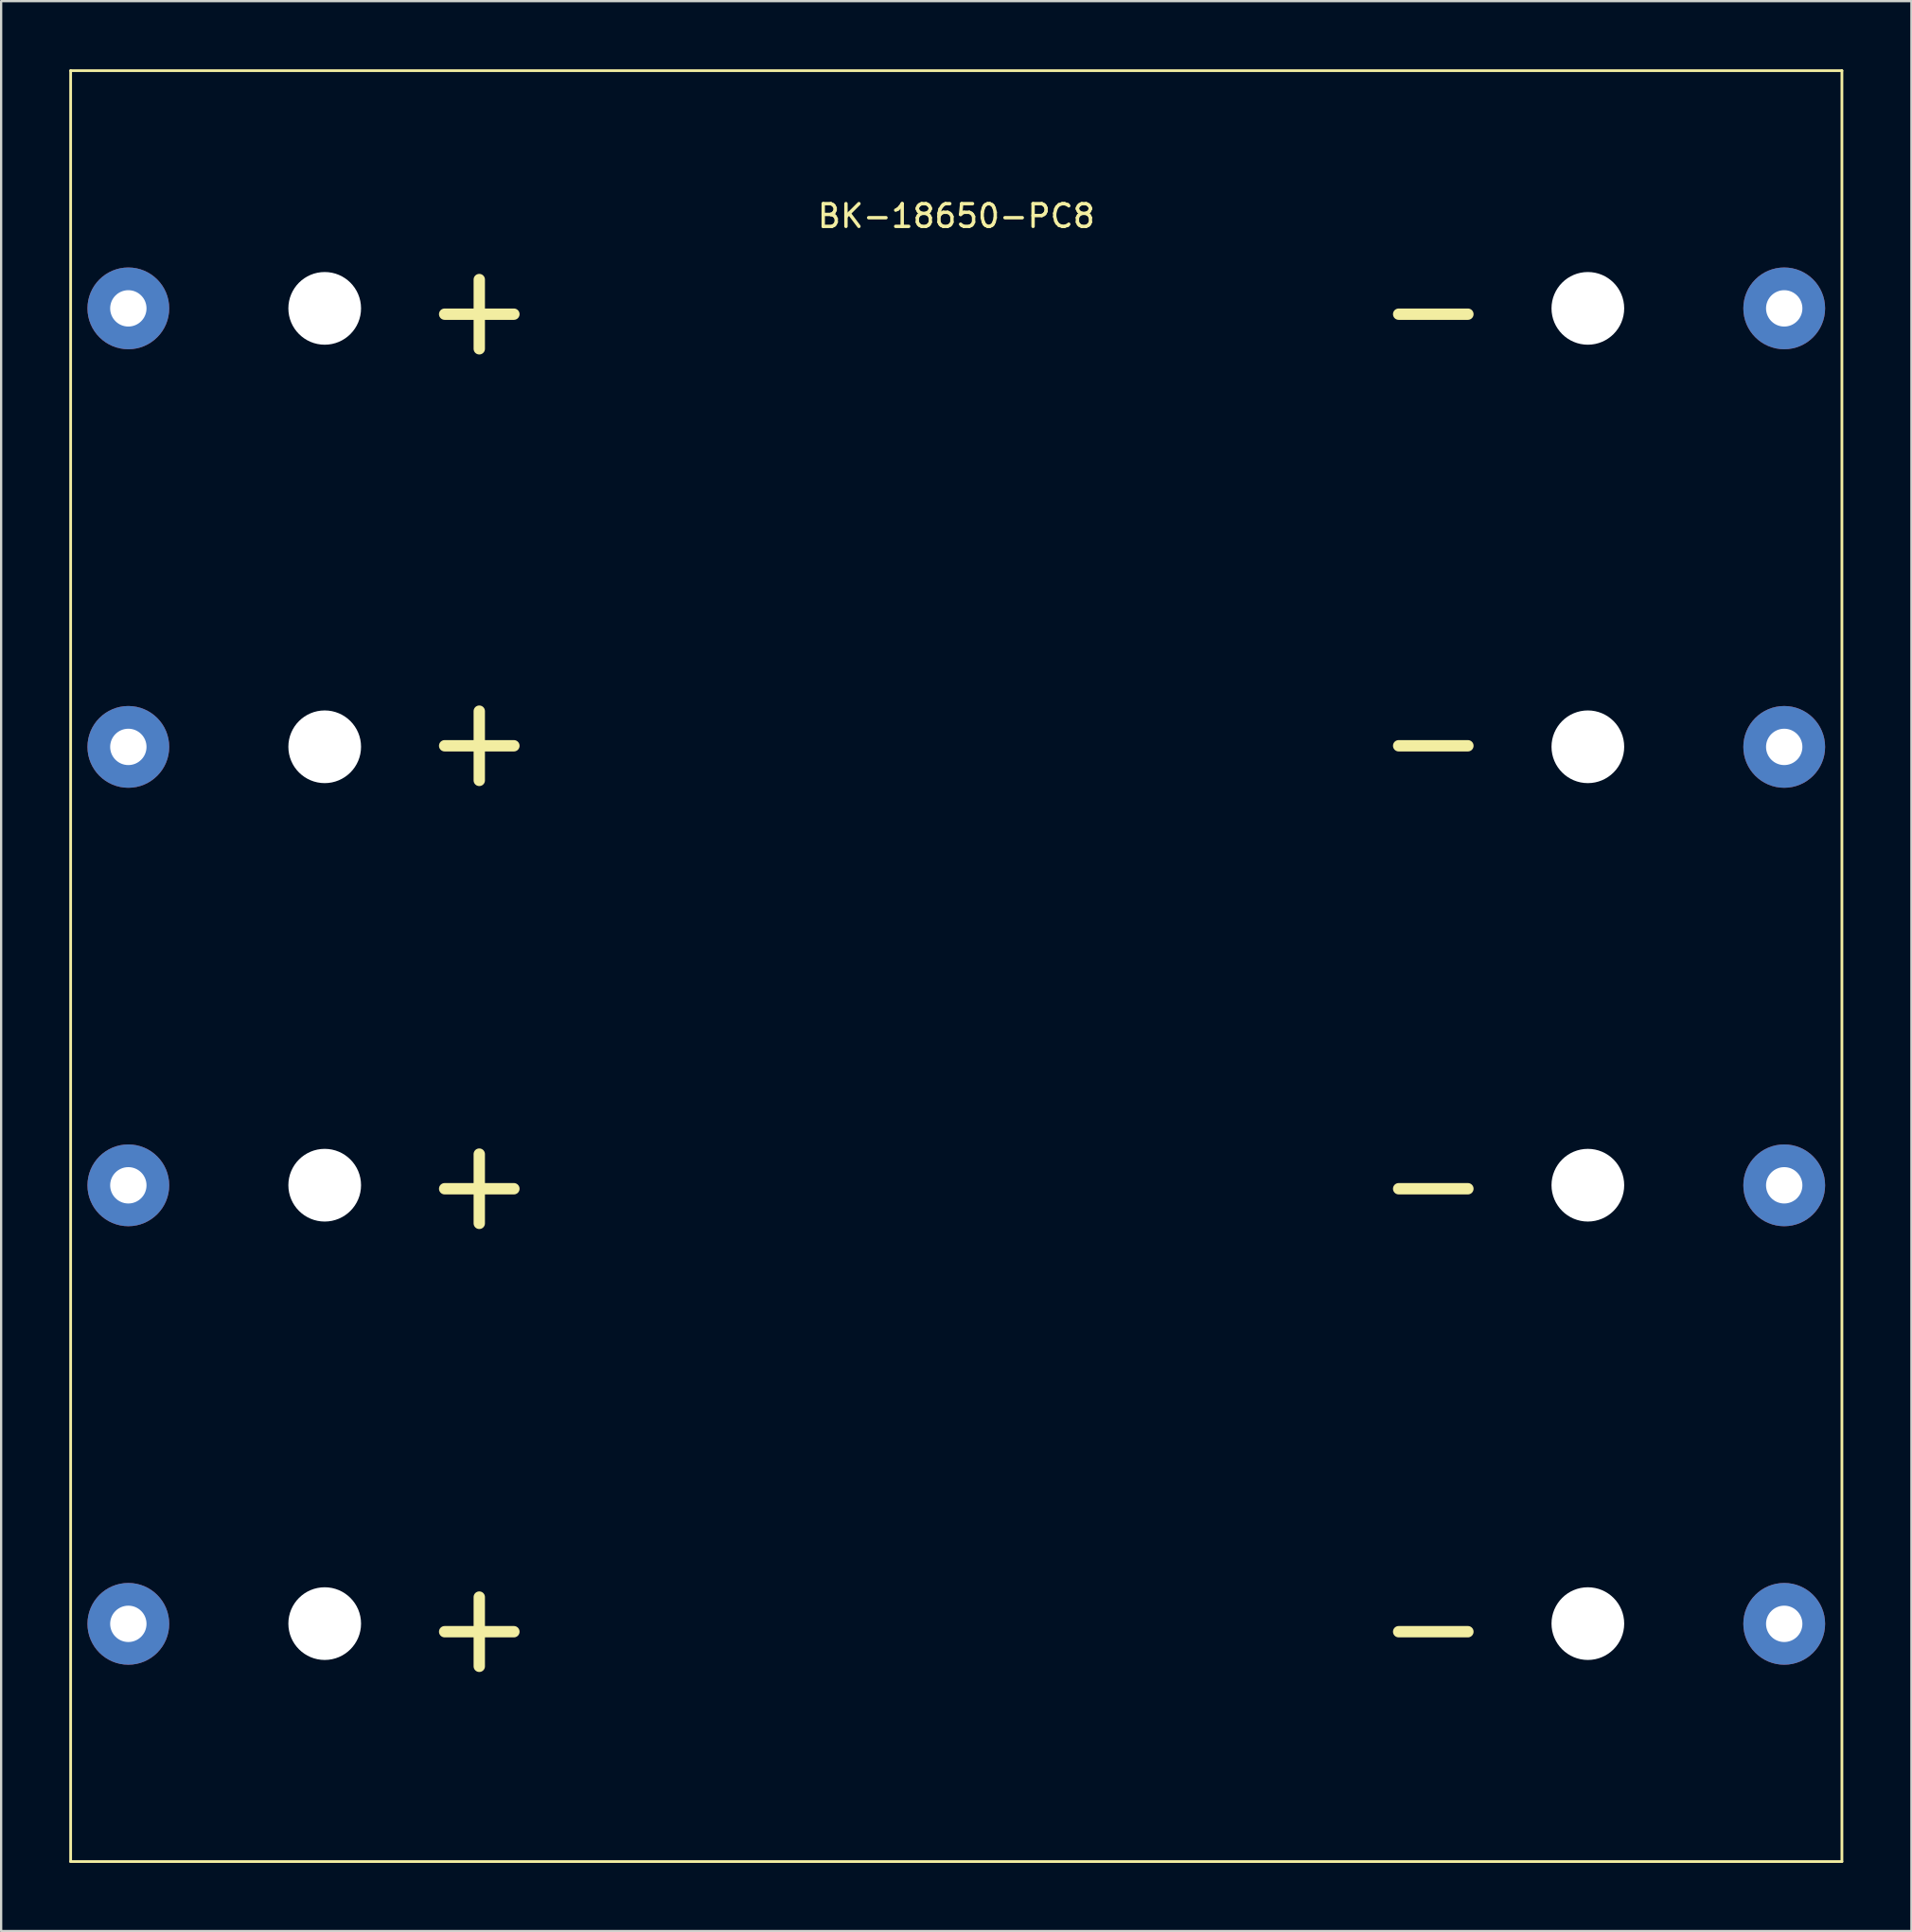
<source format=kicad_pcb>
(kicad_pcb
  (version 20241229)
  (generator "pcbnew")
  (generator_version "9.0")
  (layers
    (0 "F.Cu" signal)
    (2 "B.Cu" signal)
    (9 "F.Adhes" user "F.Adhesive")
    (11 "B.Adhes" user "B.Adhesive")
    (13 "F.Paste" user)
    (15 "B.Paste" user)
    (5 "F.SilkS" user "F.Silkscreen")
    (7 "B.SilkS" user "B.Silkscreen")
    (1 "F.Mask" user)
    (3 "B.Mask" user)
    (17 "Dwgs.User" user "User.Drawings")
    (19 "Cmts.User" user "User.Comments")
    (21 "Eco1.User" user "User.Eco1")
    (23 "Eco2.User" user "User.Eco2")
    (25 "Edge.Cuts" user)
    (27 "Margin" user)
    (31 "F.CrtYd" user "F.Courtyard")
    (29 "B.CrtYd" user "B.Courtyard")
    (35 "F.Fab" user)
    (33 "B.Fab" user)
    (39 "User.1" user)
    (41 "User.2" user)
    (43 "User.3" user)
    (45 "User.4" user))
  (footprint "BK-18650-PC8"
    (layer "F.Cu")
    (at 39.05 39.48)
    (property "Reference" "BK-18650-PC8" (at 0 -33.02 0) (layer "F.SilkS") (effects (font (size 1 1) (thickness 0.15))))
    (attr through_hole)
    (fp_line (start -38.99 -39.42) (end 38.99 -39.42) (stroke (width 0.12) (type solid)) (layer "F.SilkS"))
    (fp_line (start -38.99 39.42) (end -38.99 -39.42) (stroke (width 0.12) (type solid)) (layer "F.SilkS"))
    (fp_line (start 38.99 -39.42) (end 38.99 39.42) (stroke (width 0.12) (type solid)) (layer "F.SilkS"))
    (fp_line (start 38.99 39.42) (end -38.99 39.42) (stroke (width 0.12) (type solid)) (layer "F.SilkS"))
    (fp_text user "+" (at -21 29 0) (layer "F.SilkS") (effects (font (size 4 4) (thickness 0.5))))
    (fp_text user "-" (at 21 -10 0) (layer "F.SilkS") (effects (font (size 4 4) (thickness 0.5))))
    (fp_text user "-" (at 21 29 0) (layer "F.SilkS") (effects (font (size 4 4) (thickness 0.5))))
    (fp_text user "-" (at 21 -29 0) (layer "F.SilkS") (effects (font (size 4 4) (thickness 0.5))))
    (fp_text user "-" (at 21 9.5 0) (layer "F.SilkS") (effects (font (size 4 4) (thickness 0.5))))
    (fp_text user "+" (at -21 -10 0) (layer "F.SilkS") (effects (font (size 4 4) (thickness 0.5))))
    (fp_text user "+" (at -21 9.5 0) (layer "F.SilkS") (effects (font (size 4 4) (thickness 0.5))))
    (fp_text user "+" (at -21 -29 0) (layer "F.SilkS") (effects (font (size 4 4) (thickness 0.5))))
    (pad "" np_thru_hole circle (at -27.805 -28.955) (size 3.2 3.2) (drill 3.2) (layers "*.Cu" "*.Mask"))
    (pad "" np_thru_hole circle (at -27.805 -9.655) (size 3.2 3.2) (drill 3.2) (layers "*.Cu" "*.Mask"))
    (pad "" np_thru_hole circle (at -27.805 9.645) (size 3.2 3.2) (drill 3.2) (layers "*.Cu" "*.Mask"))
    (pad "" np_thru_hole circle (at -27.805 28.945) (size 3.2 3.2) (drill 3.2) (layers "*.Cu" "*.Mask"))
    (pad "" np_thru_hole circle (at 27.805 -28.955) (size 3.2 3.2) (drill 3.2) (layers "*.Cu" "*.Mask"))
    (pad "" np_thru_hole circle (at 27.805 -9.655) (size 3.2 3.2) (drill 3.2) (layers "*.Cu" "*.Mask"))
    (pad "" np_thru_hole circle (at 27.805 9.645) (size 3.2 3.2) (drill 3.2) (layers "*.Cu" "*.Mask"))
    (pad "" np_thru_hole circle (at 27.805 28.945) (size 3.2 3.2) (drill 3.2) (layers "*.Cu" "*.Mask"))
    (pad "1" thru_hole circle (at -36.45 -28.955) (size 3.6 3.6) (drill 1.6) (layers "*.Cu" "*.Mask"))
    (pad "2" thru_hole circle (at 36.45 -28.955) (size 3.6 3.6) (drill 1.6) (layers "*.Cu" "*.Mask"))
    (pad "3" thru_hole circle (at -36.45 -9.65) (size 3.6 3.6) (drill 1.6) (layers "*.Cu" "*.Mask"))
    (pad "4" thru_hole circle (at 36.45 -9.65) (size 3.6 3.6) (drill 1.6) (layers "*.Cu" "*.Mask"))
    (pad "5" thru_hole circle (at -36.45 9.65) (size 3.6 3.6) (drill 1.6) (layers "*.Cu" "*.Mask"))
    (pad "6" thru_hole circle (at 36.45 9.65) (size 3.6 3.6) (drill 1.6) (layers "*.Cu" "*.Mask"))
    (pad "7" thru_hole circle (at -36.45 28.955) (size 3.6 3.6) (drill 1.6) (layers "*.Cu" "*.Mask"))
    (pad "8" thru_hole circle (at 36.45 28.955) (size 3.6 3.6) (drill 1.6) (layers "*.Cu" "*.Mask")))
  (gr_rect
    (start -3 -3)
    (end 81.1 81.96)
    (stroke (width 0.1) (type default))
    (fill no)
    (layer "Edge.Cuts")))
</source>
